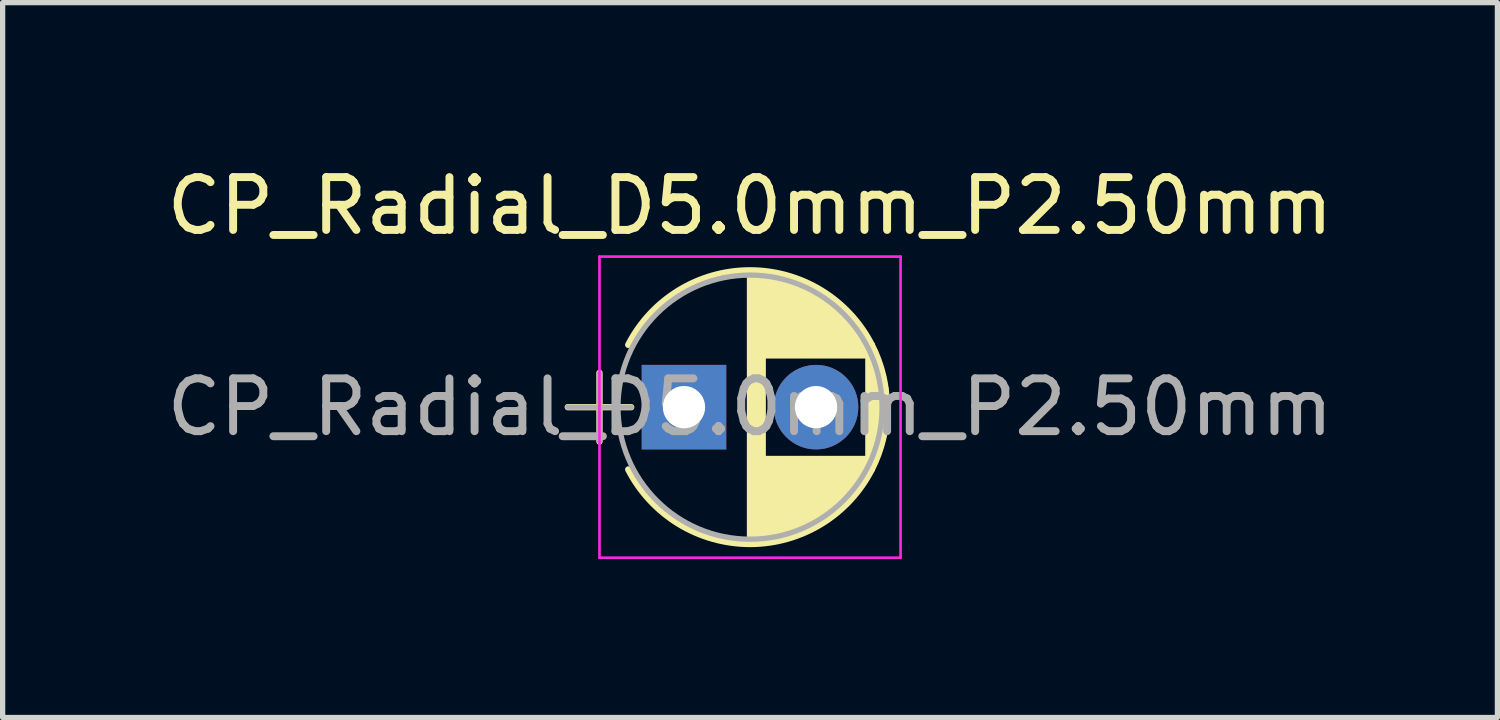
<source format=kicad_pcb>
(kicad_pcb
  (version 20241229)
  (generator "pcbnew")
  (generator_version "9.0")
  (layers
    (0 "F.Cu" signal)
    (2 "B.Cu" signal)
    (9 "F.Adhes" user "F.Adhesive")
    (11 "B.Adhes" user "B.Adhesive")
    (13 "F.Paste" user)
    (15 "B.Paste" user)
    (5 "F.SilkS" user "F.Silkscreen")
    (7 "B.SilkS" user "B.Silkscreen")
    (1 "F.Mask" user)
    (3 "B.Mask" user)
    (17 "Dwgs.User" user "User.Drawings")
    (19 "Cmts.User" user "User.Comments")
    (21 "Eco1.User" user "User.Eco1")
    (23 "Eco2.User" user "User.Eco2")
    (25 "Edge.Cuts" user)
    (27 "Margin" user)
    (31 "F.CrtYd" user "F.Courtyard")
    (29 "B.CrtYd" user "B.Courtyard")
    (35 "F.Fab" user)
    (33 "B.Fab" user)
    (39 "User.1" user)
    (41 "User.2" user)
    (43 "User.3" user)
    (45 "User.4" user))
  (footprint "CP_Radial_D5.0mm_P2.50mm"
    (layer "F.Cu")
    (at 9.899 4.658)
    (property "Reference" "CP_Radial_D5.0mm_P2.50mm" (at 1.25 -3.81 0) (layer "F.SilkS") (effects (font (size 1 1) (thickness 0.15))))
    (attr through_hole)
    (fp_line (start -2.2 0) (end -1 0) (stroke (width 0.12) (type solid)) (layer "F.SilkS"))
    (fp_line (start -1.6 -0.65) (end -1.6 0.65) (stroke (width 0.12) (type solid)) (layer "F.SilkS"))
    (fp_line (start 1.25 -2.55) (end 1.25 2.55) (stroke (width 0.12) (type solid)) (layer "F.SilkS"))
    (fp_line (start 1.29 -2.55) (end 1.29 2.55) (stroke (width 0.12) (type solid)) (layer "F.SilkS"))
    (fp_line (start 1.33 -2.549) (end 1.33 2.549) (stroke (width 0.12) (type solid)) (layer "F.SilkS"))
    (fp_line (start 1.37 -2.548) (end 1.37 2.548) (stroke (width 0.12) (type solid)) (layer "F.SilkS"))
    (fp_line (start 1.41 -2.546) (end 1.41 2.546) (stroke (width 0.12) (type solid)) (layer "F.SilkS"))
    (fp_line (start 1.45 -2.543) (end 1.45 2.543) (stroke (width 0.12) (type solid)) (layer "F.SilkS"))
    (fp_line (start 1.49 -2.539) (end 1.49 2.539) (stroke (width 0.12) (type solid)) (layer "F.SilkS"))
    (fp_line (start 1.53 -2.535) (end 1.53 -0.98) (stroke (width 0.12) (type solid)) (layer "F.SilkS"))
    (fp_line (start 1.53 0.98) (end 1.53 2.535) (stroke (width 0.12) (type solid)) (layer "F.SilkS"))
    (fp_line (start 1.57 -2.531) (end 1.57 -0.98) (stroke (width 0.12) (type solid)) (layer "F.SilkS"))
    (fp_line (start 1.57 0.98) (end 1.57 2.531) (stroke (width 0.12) (type solid)) (layer "F.SilkS"))
    (fp_line (start 1.61 -2.525) (end 1.61 -0.98) (stroke (width 0.12) (type solid)) (layer "F.SilkS"))
    (fp_line (start 1.61 0.98) (end 1.61 2.525) (stroke (width 0.12) (type solid)) (layer "F.SilkS"))
    (fp_line (start 1.65 -2.519) (end 1.65 -0.98) (stroke (width 0.12) (type solid)) (layer "F.SilkS"))
    (fp_line (start 1.65 0.98) (end 1.65 2.519) (stroke (width 0.12) (type solid)) (layer "F.SilkS"))
    (fp_line (start 1.69 -2.513) (end 1.69 -0.98) (stroke (width 0.12) (type solid)) (layer "F.SilkS"))
    (fp_line (start 1.69 0.98) (end 1.69 2.513) (stroke (width 0.12) (type solid)) (layer "F.SilkS"))
    (fp_line (start 1.73 -2.506) (end 1.73 -0.98) (stroke (width 0.12) (type solid)) (layer "F.SilkS"))
    (fp_line (start 1.73 0.98) (end 1.73 2.506) (stroke (width 0.12) (type solid)) (layer "F.SilkS"))
    (fp_line (start 1.77 -2.498) (end 1.77 -0.98) (stroke (width 0.12) (type solid)) (layer "F.SilkS"))
    (fp_line (start 1.77 0.98) (end 1.77 2.498) (stroke (width 0.12) (type solid)) (layer "F.SilkS"))
    (fp_line (start 1.81 -2.489) (end 1.81 -0.98) (stroke (width 0.12) (type solid)) (layer "F.SilkS"))
    (fp_line (start 1.81 0.98) (end 1.81 2.489) (stroke (width 0.12) (type solid)) (layer "F.SilkS"))
    (fp_line (start 1.85 -2.48) (end 1.85 -0.98) (stroke (width 0.12) (type solid)) (layer "F.SilkS"))
    (fp_line (start 1.85 0.98) (end 1.85 2.48) (stroke (width 0.12) (type solid)) (layer "F.SilkS"))
    (fp_line (start 1.89 -2.47) (end 1.89 -0.98) (stroke (width 0.12) (type solid)) (layer "F.SilkS"))
    (fp_line (start 1.89 0.98) (end 1.89 2.47) (stroke (width 0.12) (type solid)) (layer "F.SilkS"))
    (fp_line (start 1.93 -2.46) (end 1.93 -0.98) (stroke (width 0.12) (type solid)) (layer "F.SilkS"))
    (fp_line (start 1.93 0.98) (end 1.93 2.46) (stroke (width 0.12) (type solid)) (layer "F.SilkS"))
    (fp_line (start 1.971 -2.448) (end 1.971 -0.98) (stroke (width 0.12) (type solid)) (layer "F.SilkS"))
    (fp_line (start 1.971 0.98) (end 1.971 2.448) (stroke (width 0.12) (type solid)) (layer "F.SilkS"))
    (fp_line (start 2.011 -2.436) (end 2.011 -0.98) (stroke (width 0.12) (type solid)) (layer "F.SilkS"))
    (fp_line (start 2.011 0.98) (end 2.011 2.436) (stroke (width 0.12) (type solid)) (layer "F.SilkS"))
    (fp_line (start 2.051 -2.424) (end 2.051 -0.98) (stroke (width 0.12) (type solid)) (layer "F.SilkS"))
    (fp_line (start 2.051 0.98) (end 2.051 2.424) (stroke (width 0.12) (type solid)) (layer "F.SilkS"))
    (fp_line (start 2.091 -2.41) (end 2.091 -0.98) (stroke (width 0.12) (type solid)) (layer "F.SilkS"))
    (fp_line (start 2.091 0.98) (end 2.091 2.41) (stroke (width 0.12) (type solid)) (layer "F.SilkS"))
    (fp_line (start 2.131 -2.396) (end 2.131 -0.98) (stroke (width 0.12) (type solid)) (layer "F.SilkS"))
    (fp_line (start 2.131 0.98) (end 2.131 2.396) (stroke (width 0.12) (type solid)) (layer "F.SilkS"))
    (fp_line (start 2.171 -2.382) (end 2.171 -0.98) (stroke (width 0.12) (type solid)) (layer "F.SilkS"))
    (fp_line (start 2.171 0.98) (end 2.171 2.382) (stroke (width 0.12) (type solid)) (layer "F.SilkS"))
    (fp_line (start 2.211 -2.366) (end 2.211 -0.98) (stroke (width 0.12) (type solid)) (layer "F.SilkS"))
    (fp_line (start 2.211 0.98) (end 2.211 2.366) (stroke (width 0.12) (type solid)) (layer "F.SilkS"))
    (fp_line (start 2.251 -2.35) (end 2.251 -0.98) (stroke (width 0.12) (type solid)) (layer "F.SilkS"))
    (fp_line (start 2.251 0.98) (end 2.251 2.35) (stroke (width 0.12) (type solid)) (layer "F.SilkS"))
    (fp_line (start 2.291 -2.333) (end 2.291 -0.98) (stroke (width 0.12) (type solid)) (layer "F.SilkS"))
    (fp_line (start 2.291 0.98) (end 2.291 2.333) (stroke (width 0.12) (type solid)) (layer "F.SilkS"))
    (fp_line (start 2.331 -2.315) (end 2.331 -0.98) (stroke (width 0.12) (type solid)) (layer "F.SilkS"))
    (fp_line (start 2.331 0.98) (end 2.331 2.315) (stroke (width 0.12) (type solid)) (layer "F.SilkS"))
    (fp_line (start 2.371 -2.296) (end 2.371 -0.98) (stroke (width 0.12) (type solid)) (layer "F.SilkS"))
    (fp_line (start 2.371 0.98) (end 2.371 2.296) (stroke (width 0.12) (type solid)) (layer "F.SilkS"))
    (fp_line (start 2.411 -2.276) (end 2.411 -0.98) (stroke (width 0.12) (type solid)) (layer "F.SilkS"))
    (fp_line (start 2.411 0.98) (end 2.411 2.276) (stroke (width 0.12) (type solid)) (layer "F.SilkS"))
    (fp_line (start 2.451 -2.256) (end 2.451 -0.98) (stroke (width 0.12) (type solid)) (layer "F.SilkS"))
    (fp_line (start 2.451 0.98) (end 2.451 2.256) (stroke (width 0.12) (type solid)) (layer "F.SilkS"))
    (fp_line (start 2.491 -2.234) (end 2.491 -0.98) (stroke (width 0.12) (type solid)) (layer "F.SilkS"))
    (fp_line (start 2.491 0.98) (end 2.491 2.234) (stroke (width 0.12) (type solid)) (layer "F.SilkS"))
    (fp_line (start 2.531 -2.212) (end 2.531 -0.98) (stroke (width 0.12) (type solid)) (layer "F.SilkS"))
    (fp_line (start 2.531 0.98) (end 2.531 2.212) (stroke (width 0.12) (type solid)) (layer "F.SilkS"))
    (fp_line (start 2.571 -2.189) (end 2.571 -0.98) (stroke (width 0.12) (type solid)) (layer "F.SilkS"))
    (fp_line (start 2.571 0.98) (end 2.571 2.189) (stroke (width 0.12) (type solid)) (layer "F.SilkS"))
    (fp_line (start 2.611 -2.165) (end 2.611 -0.98) (stroke (width 0.12) (type solid)) (layer "F.SilkS"))
    (fp_line (start 2.611 0.98) (end 2.611 2.165) (stroke (width 0.12) (type solid)) (layer "F.SilkS"))
    (fp_line (start 2.651 -2.14) (end 2.651 -0.98) (stroke (width 0.12) (type solid)) (layer "F.SilkS"))
    (fp_line (start 2.651 0.98) (end 2.651 2.14) (stroke (width 0.12) (type solid)) (layer "F.SilkS"))
    (fp_line (start 2.691 -2.113) (end 2.691 -0.98) (stroke (width 0.12) (type solid)) (layer "F.SilkS"))
    (fp_line (start 2.691 0.98) (end 2.691 2.113) (stroke (width 0.12) (type solid)) (layer "F.SilkS"))
    (fp_line (start 2.731 -2.086) (end 2.731 -0.98) (stroke (width 0.12) (type solid)) (layer "F.SilkS"))
    (fp_line (start 2.731 0.98) (end 2.731 2.086) (stroke (width 0.12) (type solid)) (layer "F.SilkS"))
    (fp_line (start 2.771 -2.058) (end 2.771 -0.98) (stroke (width 0.12) (type solid)) (layer "F.SilkS"))
    (fp_line (start 2.771 0.98) (end 2.771 2.058) (stroke (width 0.12) (type solid)) (layer "F.SilkS"))
    (fp_line (start 2.811 -2.028) (end 2.811 -0.98) (stroke (width 0.12) (type solid)) (layer "F.SilkS"))
    (fp_line (start 2.811 0.98) (end 2.811 2.028) (stroke (width 0.12) (type solid)) (layer "F.SilkS"))
    (fp_line (start 2.851 -1.997) (end 2.851 -0.98) (stroke (width 0.12) (type solid)) (layer "F.SilkS"))
    (fp_line (start 2.851 0.98) (end 2.851 1.997) (stroke (width 0.12) (type solid)) (layer "F.SilkS"))
    (fp_line (start 2.891 -1.965) (end 2.891 -0.98) (stroke (width 0.12) (type solid)) (layer "F.SilkS"))
    (fp_line (start 2.891 0.98) (end 2.891 1.965) (stroke (width 0.12) (type solid)) (layer "F.SilkS"))
    (fp_line (start 2.931 -1.932) (end 2.931 -0.98) (stroke (width 0.12) (type solid)) (layer "F.SilkS"))
    (fp_line (start 2.931 0.98) (end 2.931 1.932) (stroke (width 0.12) (type solid)) (layer "F.SilkS"))
    (fp_line (start 2.971 -1.897) (end 2.971 -0.98) (stroke (width 0.12) (type solid)) (layer "F.SilkS"))
    (fp_line (start 2.971 0.98) (end 2.971 1.897) (stroke (width 0.12) (type solid)) (layer "F.SilkS"))
    (fp_line (start 3.011 -1.861) (end 3.011 -0.98) (stroke (width 0.12) (type solid)) (layer "F.SilkS"))
    (fp_line (start 3.011 0.98) (end 3.011 1.861) (stroke (width 0.12) (type solid)) (layer "F.SilkS"))
    (fp_line (start 3.051 -1.823) (end 3.051 -0.98) (stroke (width 0.12) (type solid)) (layer "F.SilkS"))
    (fp_line (start 3.051 0.98) (end 3.051 1.823) (stroke (width 0.12) (type solid)) (layer "F.SilkS"))
    (fp_line (start 3.091 -1.783) (end 3.091 -0.98) (stroke (width 0.12) (type solid)) (layer "F.SilkS"))
    (fp_line (start 3.091 0.98) (end 3.091 1.783) (stroke (width 0.12) (type solid)) (layer "F.SilkS"))
    (fp_line (start 3.131 -1.742) (end 3.131 -0.98) (stroke (width 0.12) (type solid)) (layer "F.SilkS"))
    (fp_line (start 3.131 0.98) (end 3.131 1.742) (stroke (width 0.12) (type solid)) (layer "F.SilkS"))
    (fp_line (start 3.171 -1.699) (end 3.171 -0.98) (stroke (width 0.12) (type solid)) (layer "F.SilkS"))
    (fp_line (start 3.171 0.98) (end 3.171 1.699) (stroke (width 0.12) (type solid)) (layer "F.SilkS"))
    (fp_line (start 3.211 -1.654) (end 3.211 -0.98) (stroke (width 0.12) (type solid)) (layer "F.SilkS"))
    (fp_line (start 3.211 0.98) (end 3.211 1.654) (stroke (width 0.12) (type solid)) (layer "F.SilkS"))
    (fp_line (start 3.251 -1.606) (end 3.251 -0.98) (stroke (width 0.12) (type solid)) (layer "F.SilkS"))
    (fp_line (start 3.251 0.98) (end 3.251 1.606) (stroke (width 0.12) (type solid)) (layer "F.SilkS"))
    (fp_line (start 3.291 -1.556) (end 3.291 -0.98) (stroke (width 0.12) (type solid)) (layer "F.SilkS"))
    (fp_line (start 3.291 0.98) (end 3.291 1.556) (stroke (width 0.12) (type solid)) (layer "F.SilkS"))
    (fp_line (start 3.331 -1.504) (end 3.331 -0.98) (stroke (width 0.12) (type solid)) (layer "F.SilkS"))
    (fp_line (start 3.331 0.98) (end 3.331 1.504) (stroke (width 0.12) (type solid)) (layer "F.SilkS"))
    (fp_line (start 3.371 -1.448) (end 3.371 -0.98) (stroke (width 0.12) (type solid)) (layer "F.SilkS"))
    (fp_line (start 3.371 0.98) (end 3.371 1.448) (stroke (width 0.12) (type solid)) (layer "F.SilkS"))
    (fp_line (start 3.411 -1.39) (end 3.411 -0.98) (stroke (width 0.12) (type solid)) (layer "F.SilkS"))
    (fp_line (start 3.411 0.98) (end 3.411 1.39) (stroke (width 0.12) (type solid)) (layer "F.SilkS"))
    (fp_line (start 3.451 -1.327) (end 3.451 -0.98) (stroke (width 0.12) (type solid)) (layer "F.SilkS"))
    (fp_line (start 3.451 0.98) (end 3.451 1.327) (stroke (width 0.12) (type solid)) (layer "F.SilkS"))
    (fp_line (start 3.491 -1.261) (end 3.491 1.261) (stroke (width 0.12) (type solid)) (layer "F.SilkS"))
    (fp_line (start 3.531 -1.189) (end 3.531 1.189) (stroke (width 0.12) (type solid)) (layer "F.SilkS"))
    (fp_line (start 3.571 -1.112) (end 3.571 1.112) (stroke (width 0.12) (type solid)) (layer "F.SilkS"))
    (fp_line (start 3.611 -1.028) (end 3.611 1.028) (stroke (width 0.12) (type solid)) (layer "F.SilkS"))
    (fp_line (start 3.651 -0.934) (end 3.651 0.934) (stroke (width 0.12) (type solid)) (layer "F.SilkS"))
    (fp_line (start 3.691 -0.829) (end 3.691 0.829) (stroke (width 0.12) (type solid)) (layer "F.SilkS"))
    (fp_line (start 3.731 -0.707) (end 3.731 0.707) (stroke (width 0.12) (type solid)) (layer "F.SilkS"))
    (fp_line (start 3.771 -0.559) (end 3.771 0.559) (stroke (width 0.12) (type solid)) (layer "F.SilkS"))
    (fp_line (start 3.811 -0.354) (end 3.811 0.354) (stroke (width 0.12) (type solid)) (layer "F.SilkS"))
    (fp_arc (start -1.05558 -1.18) (mid 1.250156 -2.59) (end 3.555722 -1.179722) (stroke (width 0.12) (type solid)) (layer "F.SilkS"))
    (fp_arc (start 3.55558 -1.18) (mid 3.84 -0.000156) (end 3.555722 1.179722) (stroke (width 0.12) (type solid)) (layer "F.SilkS"))
    (fp_arc (start 3.555722 1.179722) (mid 1.250156 2.59) (end -1.05558 1.18) (stroke (width 0.12) (type solid)) (layer "F.SilkS"))
    (fp_line (start -1.6 -2.85) (end -1.6 2.85) (stroke (width 0.05) (type solid)) (layer "F.CrtYd"))
    (fp_line (start -1.6 2.85) (end 4.1 2.85) (stroke (width 0.05) (type solid)) (layer "F.CrtYd"))
    (fp_line (start 4.1 -2.85) (end -1.6 -2.85) (stroke (width 0.05) (type solid)) (layer "F.CrtYd"))
    (fp_line (start 4.1 2.85) (end 4.1 -2.85) (stroke (width 0.05) (type solid)) (layer "F.CrtYd"))
    (fp_line (start -2.2 0) (end -1 0) (stroke (width 0.1) (type solid)) (layer "F.Fab"))
    (fp_line (start -1.6 -0.65) (end -1.6 0.65) (stroke (width 0.1) (type solid)) (layer "F.Fab"))
    (fp_circle (center 1.25 0) (end 3.75 0) (stroke (width 0.1) (type solid)) (fill no) (layer "F.Fab"))
    (fp_text user "${REFERENCE}" (at 1.25 0 0) (layer "F.Fab") (effects (font (size 1 1) (thickness 0.15))))
    (pad "1" thru_hole rect (at 0 0) (size 1.6 1.6) (drill 0.8) (layers "*.Cu" "*.Mask"))
    (pad "2" thru_hole circle (at 2.5 0) (size 1.6 1.6) (drill 0.8) (layers "*.Cu" "*.Mask")))
  (gr_rect
    (start -3 -3)
    (end 25.298 10.533)
    (stroke (width 0.1) (type default))
    (fill no)
    (layer "Edge.Cuts")))
</source>
